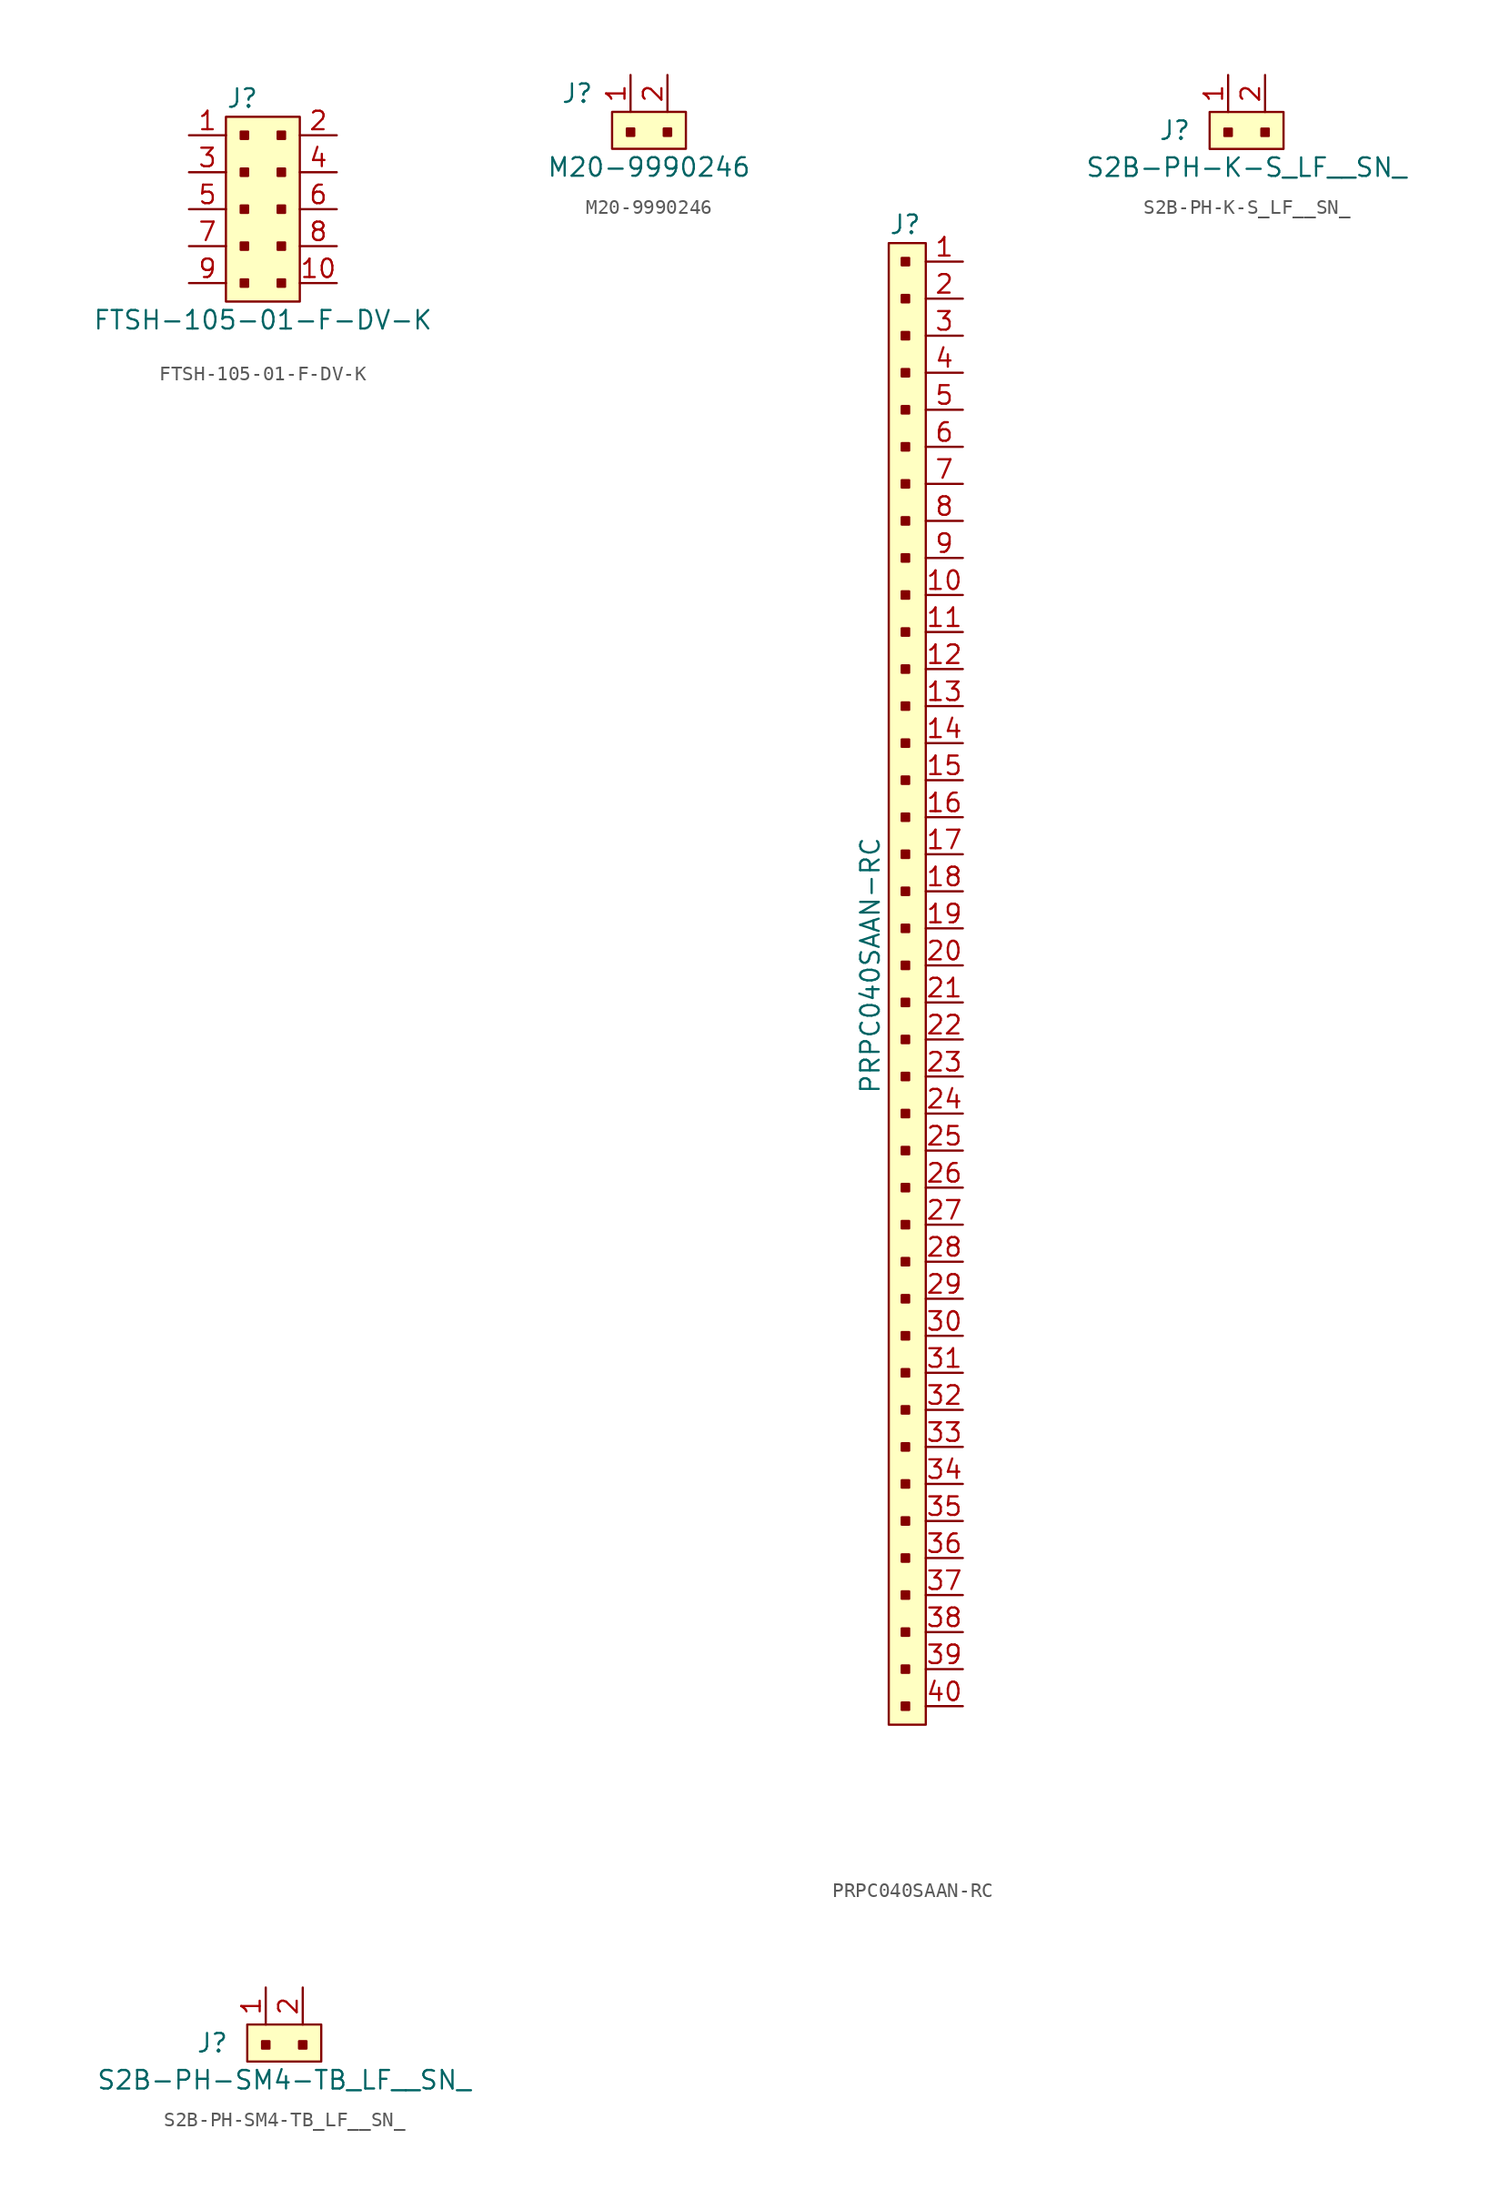
<source format=kicad_sym>
(kicad_symbol_lib
  (version 20201005)
  (generator kicad_symbol_editor)
  (symbol "FTSH-105-01-F-DV-K"
    (pin_names
      (offset 1.016) hide)
    (property "Reference" "J"
      (at -2.54 7.62 0)
      (effects (font (size 1.27 1.27)) (justify left)))
    (property "Value" "FTSH-105-01-F-DV-K"
      (at 0 -7.62 0)
      (effects (font (size 1.27 1.27))))
    (symbol "FTSH-105-01-F-DV-K_1_1"
      (rectangle (start -2.54 6.35) (end 2.54 -6.35) (stroke (width 0)) (fill (type background)))
      (rectangle (start -1.524 -4.826) (end -1.016 -5.334) (stroke (width 0)) (fill (type outline)))
      (rectangle (start -1.524 -2.286) (end -1.016 -2.794) (stroke (width 0)) (fill (type outline)))
      (rectangle (start -1.524 0.254) (end -1.016 -0.254) (stroke (width 0)) (fill (type outline)))
      (rectangle (start -1.524 2.794) (end -1.016 2.286) (stroke (width 0)) (fill (type outline)))
      (rectangle (start -1.524 5.334) (end -1.016 4.826) (stroke (width 0)) (fill (type outline)))
      (rectangle (start 1.016 -4.826) (end 1.524 -5.334) (stroke (width 0)) (fill (type outline)))
      (rectangle (start 1.016 -2.286) (end 1.524 -2.794) (stroke (width 0)) (fill (type outline)))
      (rectangle (start 1.016 0.254) (end 1.524 -0.254) (stroke (width 0)) (fill (type outline)))
      (rectangle (start 1.016 2.794) (end 1.524 2.286) (stroke (width 0)) (fill (type outline)))
      (rectangle (start 1.016 5.334) (end 1.524 4.826) (stroke (width 0)) (fill (type outline)))
      (pin passive line (at -5.08 5.08 0) (length 2.54) (name "~" (effects (font (size 1.27 1.27)))) (number "1" (effects (font (size 1.27 1.27)))))
      (pin passive line (at 5.08 -5.08 180) (length 2.54) (name "~" (effects (font (size 1.27 1.27)))) (number "10" (effects (font (size 1.27 1.27)))))
      (pin passive line (at 5.08 5.08 180) (length 2.54) (name "~" (effects (font (size 1.27 1.27)))) (number "2" (effects (font (size 1.27 1.27)))))
      (pin passive line (at -5.08 2.54 0) (length 2.54) (name "~" (effects (font (size 1.27 1.27)))) (number "3" (effects (font (size 1.27 1.27)))))
      (pin passive line (at 5.08 2.54 180) (length 2.54) (name "~" (effects (font (size 1.27 1.27)))) (number "4" (effects (font (size 1.27 1.27)))))
      (pin passive line (at -5.08 0 0) (length 2.54) (name "~" (effects (font (size 1.27 1.27)))) (number "5" (effects (font (size 1.27 1.27)))))
      (pin passive line (at 5.08 0 180) (length 2.54) (name "~" (effects (font (size 1.27 1.27)))) (number "6" (effects (font (size 1.27 1.27)))))
      (pin passive line (at -5.08 -2.54 0) (length 2.54) (name "~" (effects (font (size 1.27 1.27)))) (number "7" (effects (font (size 1.27 1.27)))))
      (pin passive line (at 5.08 -2.54 180) (length 2.54) (name "~" (effects (font (size 1.27 1.27)))) (number "8" (effects (font (size 1.27 1.27)))))
      (pin passive line (at -5.08 -5.08 0) (length 2.54) (name "~" (effects (font (size 1.27 1.27)))) (number "9" (effects (font (size 1.27 1.27)))))))
  (symbol "M20-9990246"
    (pin_names
      (offset 1.016))
    (property "Reference" "J"
      (at -2.54 1.27 0)
      (effects (font (size 1.27 1.27)) (justify right)))
    (property "Value" "M20-9990246"
      (at 1.27 -3.81 0)
      (effects (font (size 1.27 1.27))))
    (symbol "M20-9990246_1_1"
      (rectangle (start -1.27 0) (end 3.81 -2.54) (stroke (width 0)) (fill (type background)))
      (rectangle (start -0.254 -1.143) (end 0.254 -1.651) (stroke (width 0)) (fill (type outline)))
      (rectangle (start 2.286 -1.143) (end 2.794 -1.651) (stroke (width 0)) (fill (type outline)))
      (pin passive line (at 0 2.54 270) (length 2.54) (name "~" (effects (font (size 1.27 1.27)))) (number "1" (effects (font (size 1.27 1.27)))))
      (pin passive line (at 2.54 2.54 270) (length 2.54) (name "~" (effects (font (size 1.27 1.27)))) (number "2" (effects (font (size 1.27 1.27)))))))
  (symbol "PRPC040SAAN-RC"
    (pin_names
      (offset 1.016) hide)
    (property "Reference" "J"
      (at -2.54 2.54 0)
      (effects (font (size 1.27 1.27)) (justify left)))
    (property "Value" "PRPC040SAAN-RC"
      (at -3.81 -48.26 90)
      (effects (font (size 1.27 1.27))))
    (symbol "PRPC040SAAN-RC_1_1"
      (rectangle (start -1.143 -98.806) (end -1.651 -99.314) (stroke (width 0)) (fill (type outline)))
      (rectangle (start -1.143 -96.266) (end -1.651 -96.774) (stroke (width 0)) (fill (type outline)))
      (rectangle (start -1.143 -93.726) (end -1.651 -94.234) (stroke (width 0)) (fill (type outline)))
      (rectangle (start -1.143 -91.186) (end -1.651 -91.694) (stroke (width 0)) (fill (type outline)))
      (rectangle (start -1.143 -88.646) (end -1.651 -89.154) (stroke (width 0)) (fill (type outline)))
      (rectangle (start -1.143 -86.106) (end -1.651 -86.614) (stroke (width 0)) (fill (type outline)))
      (rectangle (start -1.143 -83.566) (end -1.651 -84.074) (stroke (width 0)) (fill (type outline)))
      (rectangle (start -1.143 -81.026) (end -1.651 -81.534) (stroke (width 0)) (fill (type outline)))
      (rectangle (start -1.143 -78.486) (end -1.651 -78.994) (stroke (width 0)) (fill (type outline)))
      (rectangle (start -1.143 -75.946) (end -1.651 -76.454) (stroke (width 0)) (fill (type outline)))
      (rectangle (start -1.143 -73.406) (end -1.651 -73.914) (stroke (width 0)) (fill (type outline)))
      (rectangle (start -1.143 -70.866) (end -1.651 -71.374) (stroke (width 0)) (fill (type outline)))
      (rectangle (start -1.143 -68.326) (end -1.651 -68.834) (stroke (width 0)) (fill (type outline)))
      (rectangle (start -1.143 -65.786) (end -1.651 -66.294) (stroke (width 0)) (fill (type outline)))
      (rectangle (start -1.143 -63.246) (end -1.651 -63.754) (stroke (width 0)) (fill (type outline)))
      (rectangle (start -1.143 -60.706) (end -1.651 -61.214) (stroke (width 0)) (fill (type outline)))
      (rectangle (start -1.143 -58.166) (end -1.651 -58.674) (stroke (width 0)) (fill (type outline)))
      (rectangle (start -1.143 -55.626) (end -1.651 -56.134) (stroke (width 0)) (fill (type outline)))
      (rectangle (start -1.143 -53.086) (end -1.651 -53.594) (stroke (width 0)) (fill (type outline)))
      (rectangle (start -1.143 -50.546) (end -1.651 -51.054) (stroke (width 0)) (fill (type outline)))
      (rectangle (start -1.143 -48.006) (end -1.651 -48.514) (stroke (width 0)) (fill (type outline)))
      (rectangle (start -1.143 -45.466) (end -1.651 -45.974) (stroke (width 0)) (fill (type outline)))
      (rectangle (start -1.143 -42.926) (end -1.651 -43.434) (stroke (width 0)) (fill (type outline)))
      (rectangle (start -1.143 -40.386) (end -1.651 -40.894) (stroke (width 0)) (fill (type outline)))
      (rectangle (start -1.143 -37.846) (end -1.651 -38.354) (stroke (width 0)) (fill (type outline)))
      (rectangle (start -1.143 -35.306) (end -1.651 -35.814) (stroke (width 0)) (fill (type outline)))
      (rectangle (start -1.143 -32.766) (end -1.651 -33.274) (stroke (width 0)) (fill (type outline)))
      (rectangle (start -1.143 -30.226) (end -1.651 -30.734) (stroke (width 0)) (fill (type outline)))
      (rectangle (start -1.143 -27.686) (end -1.651 -28.194) (stroke (width 0)) (fill (type outline)))
      (rectangle (start -1.143 -25.146) (end -1.651 -25.654) (stroke (width 0)) (fill (type outline)))
      (rectangle (start -1.143 -22.606) (end -1.651 -23.114) (stroke (width 0)) (fill (type outline)))
      (rectangle (start -1.143 -20.066) (end -1.651 -20.574) (stroke (width 0)) (fill (type outline)))
      (rectangle (start -1.143 -17.526) (end -1.651 -18.034) (stroke (width 0)) (fill (type outline)))
      (rectangle (start -1.143 -14.986) (end -1.651 -15.494) (stroke (width 0)) (fill (type outline)))
      (rectangle (start -1.143 -12.446) (end -1.651 -12.954) (stroke (width 0)) (fill (type outline)))
      (rectangle (start -1.143 -9.906) (end -1.651 -10.414) (stroke (width 0)) (fill (type outline)))
      (rectangle (start -1.143 -7.366) (end -1.651 -7.874) (stroke (width 0)) (fill (type outline)))
      (rectangle (start -1.143 -4.826) (end -1.651 -5.334) (stroke (width 0)) (fill (type outline)))
      (rectangle (start -1.143 -2.286) (end -1.651 -2.794) (stroke (width 0)) (fill (type outline)))
      (rectangle (start -1.143 0.254) (end -1.651 -0.254) (stroke (width 0)) (fill (type outline)))
      (rectangle (start 0 1.27) (end -2.54 -100.33) (stroke (width 0)) (fill (type background)))
      (pin passive line (at 2.54 0 180) (length 2.54) (name "~" (effects (font (size 1.27 1.27)))) (number "1" (effects (font (size 1.27 1.27)))))
      (pin passive line (at 2.54 -22.86 180) (length 2.54) (name "~" (effects (font (size 1.27 1.27)))) (number "10" (effects (font (size 1.27 1.27)))))
      (pin passive line (at 2.54 -25.4 180) (length 2.54) (name "~" (effects (font (size 1.27 1.27)))) (number "11" (effects (font (size 1.27 1.27)))))
      (pin passive line (at 2.54 -27.94 180) (length 2.54) (name "~" (effects (font (size 1.27 1.27)))) (number "12" (effects (font (size 1.27 1.27)))))
      (pin passive line (at 2.54 -30.48 180) (length 2.54) (name "~" (effects (font (size 1.27 1.27)))) (number "13" (effects (font (size 1.27 1.27)))))
      (pin passive line (at 2.54 -33.02 180) (length 2.54) (name "~" (effects (font (size 1.27 1.27)))) (number "14" (effects (font (size 1.27 1.27)))))
      (pin passive line (at 2.54 -35.56 180) (length 2.54) (name "~" (effects (font (size 1.27 1.27)))) (number "15" (effects (font (size 1.27 1.27)))))
      (pin passive line (at 2.54 -38.1 180) (length 2.54) (name "~" (effects (font (size 1.27 1.27)))) (number "16" (effects (font (size 1.27 1.27)))))
      (pin passive line (at 2.54 -40.64 180) (length 2.54) (name "~" (effects (font (size 1.27 1.27)))) (number "17" (effects (font (size 1.27 1.27)))))
      (pin passive line (at 2.54 -43.18 180) (length 2.54) (name "~" (effects (font (size 1.27 1.27)))) (number "18" (effects (font (size 1.27 1.27)))))
      (pin passive line (at 2.54 -45.72 180) (length 2.54) (name "~" (effects (font (size 1.27 1.27)))) (number "19" (effects (font (size 1.27 1.27)))))
      (pin passive line (at 2.54 -2.54 180) (length 2.54) (name "~" (effects (font (size 1.27 1.27)))) (number "2" (effects (font (size 1.27 1.27)))))
      (pin passive line (at 2.54 -48.26 180) (length 2.54) (name "~" (effects (font (size 1.27 1.27)))) (number "20" (effects (font (size 1.27 1.27)))))
      (pin passive line (at 2.54 -50.8 180) (length 2.54) (name "~" (effects (font (size 1.27 1.27)))) (number "21" (effects (font (size 1.27 1.27)))))
      (pin passive line (at 2.54 -53.34 180) (length 2.54) (name "~" (effects (font (size 1.27 1.27)))) (number "22" (effects (font (size 1.27 1.27)))))
      (pin passive line (at 2.54 -55.88 180) (length 2.54) (name "~" (effects (font (size 1.27 1.27)))) (number "23" (effects (font (size 1.27 1.27)))))
      (pin passive line (at 2.54 -58.42 180) (length 2.54) (name "~" (effects (font (size 1.27 1.27)))) (number "24" (effects (font (size 1.27 1.27)))))
      (pin passive line (at 2.54 -60.96 180) (length 2.54) (name "~" (effects (font (size 1.27 1.27)))) (number "25" (effects (font (size 1.27 1.27)))))
      (pin passive line (at 2.54 -63.5 180) (length 2.54) (name "~" (effects (font (size 1.27 1.27)))) (number "26" (effects (font (size 1.27 1.27)))))
      (pin passive line (at 2.54 -66.04 180) (length 2.54) (name "~" (effects (font (size 1.27 1.27)))) (number "27" (effects (font (size 1.27 1.27)))))
      (pin passive line (at 2.54 -68.58 180) (length 2.54) (name "~" (effects (font (size 1.27 1.27)))) (number "28" (effects (font (size 1.27 1.27)))))
      (pin passive line (at 2.54 -71.12 180) (length 2.54) (name "~" (effects (font (size 1.27 1.27)))) (number "29" (effects (font (size 1.27 1.27)))))
      (pin passive line (at 2.54 -5.08 180) (length 2.54) (name "~" (effects (font (size 1.27 1.27)))) (number "3" (effects (font (size 1.27 1.27)))))
      (pin passive line (at 2.54 -73.66 180) (length 2.54) (name "~" (effects (font (size 1.27 1.27)))) (number "30" (effects (font (size 1.27 1.27)))))
      (pin passive line (at 2.54 -76.2 180) (length 2.54) (name "~" (effects (font (size 1.27 1.27)))) (number "31" (effects (font (size 1.27 1.27)))))
      (pin passive line (at 2.54 -78.74 180) (length 2.54) (name "~" (effects (font (size 1.27 1.27)))) (number "32" (effects (font (size 1.27 1.27)))))
      (pin passive line (at 2.54 -81.28 180) (length 2.54) (name "~" (effects (font (size 1.27 1.27)))) (number "33" (effects (font (size 1.27 1.27)))))
      (pin passive line (at 2.54 -83.82 180) (length 2.54) (name "~" (effects (font (size 1.27 1.27)))) (number "34" (effects (font (size 1.27 1.27)))))
      (pin passive line (at 2.54 -86.36 180) (length 2.54) (name "~" (effects (font (size 1.27 1.27)))) (number "35" (effects (font (size 1.27 1.27)))))
      (pin passive line (at 2.54 -88.9 180) (length 2.54) (name "~" (effects (font (size 1.27 1.27)))) (number "36" (effects (font (size 1.27 1.27)))))
      (pin passive line (at 2.54 -91.44 180) (length 2.54) (name "~" (effects (font (size 1.27 1.27)))) (number "37" (effects (font (size 1.27 1.27)))))
      (pin passive line (at 2.54 -93.98 180) (length 2.54) (name "~" (effects (font (size 1.27 1.27)))) (number "38" (effects (font (size 1.27 1.27)))))
      (pin passive line (at 2.54 -96.52 180) (length 2.54) (name "~" (effects (font (size 1.27 1.27)))) (number "39" (effects (font (size 1.27 1.27)))))
      (pin passive line (at 2.54 -7.62 180) (length 2.54) (name "~" (effects (font (size 1.27 1.27)))) (number "4" (effects (font (size 1.27 1.27)))))
      (pin passive line (at 2.54 -99.06 180) (length 2.54) (name "~" (effects (font (size 1.27 1.27)))) (number "40" (effects (font (size 1.27 1.27)))))
      (pin passive line (at 2.54 -10.16 180) (length 2.54) (name "~" (effects (font (size 1.27 1.27)))) (number "5" (effects (font (size 1.27 1.27)))))
      (pin passive line (at 2.54 -12.7 180) (length 2.54) (name "~" (effects (font (size 1.27 1.27)))) (number "6" (effects (font (size 1.27 1.27)))))
      (pin passive line (at 2.54 -15.24 180) (length 2.54) (name "~" (effects (font (size 1.27 1.27)))) (number "7" (effects (font (size 1.27 1.27)))))
      (pin passive line (at 2.54 -17.78 180) (length 2.54) (name "~" (effects (font (size 1.27 1.27)))) (number "8" (effects (font (size 1.27 1.27)))))
      (pin passive line (at 2.54 -20.32 180) (length 2.54) (name "~" (effects (font (size 1.27 1.27)))) (number "9" (effects (font (size 1.27 1.27)))))))
  (symbol "S2B-PH-K-S_LF__SN_"
    (pin_names
      (offset 1.016))
    (property "Reference" "J"
      (at -2.54 -1.27 0)
      (effects (font (size 1.27 1.27)) (justify right)))
    (property "Value" "S2B-PH-K-S_LF__SN_"
      (at 1.27 -3.81 0)
      (effects (font (size 1.27 1.27))))
    (symbol "S2B-PH-K-S_LF__SN__1_1"
      (rectangle (start -1.27 0) (end 3.81 -2.54) (stroke (width 0)) (fill (type background)))
      (rectangle (start -0.254 -1.143) (end 0.254 -1.651) (stroke (width 0)) (fill (type outline)))
      (rectangle (start 2.286 -1.143) (end 2.794 -1.651) (stroke (width 0)) (fill (type outline)))
      (pin passive line (at 0 2.54 270) (length 2.54) (name "~" (effects (font (size 1.27 1.27)))) (number "1" (effects (font (size 1.27 1.27)))))
      (pin passive line (at 2.54 2.54 270) (length 2.54) (name "~" (effects (font (size 1.27 1.27)))) (number "2" (effects (font (size 1.27 1.27)))))))
  (symbol "S2B-PH-SM4-TB_LF__SN_"
    (pin_names
      (offset 1.016))
    (property "Reference" "J"
      (at -2.54 -1.27 0)
      (effects (font (size 1.27 1.27)) (justify right)))
    (property "Value" "S2B-PH-SM4-TB_LF__SN_"
      (at 1.27 -3.81 0)
      (effects (font (size 1.27 1.27))))
    (symbol "S2B-PH-SM4-TB_LF__SN__1_1"
      (rectangle (start -1.27 0) (end 3.81 -2.54) (stroke (width 0)) (fill (type background)))
      (rectangle (start -0.254 -1.143) (end 0.254 -1.651) (stroke (width 0)) (fill (type outline)))
      (rectangle (start 2.286 -1.143) (end 2.794 -1.651) (stroke (width 0)) (fill (type outline)))
      (pin passive line (at 0 2.54 270) (length 2.54) (name "~" (effects (font (size 1.27 1.27)))) (number "1" (effects (font (size 1.27 1.27)))))
      (pin passive line (at 2.54 2.54 270) (length 2.54) (name "~" (effects (font (size 1.27 1.27)))) (number "2" (effects (font (size 1.27 1.27))))))))
</source>
